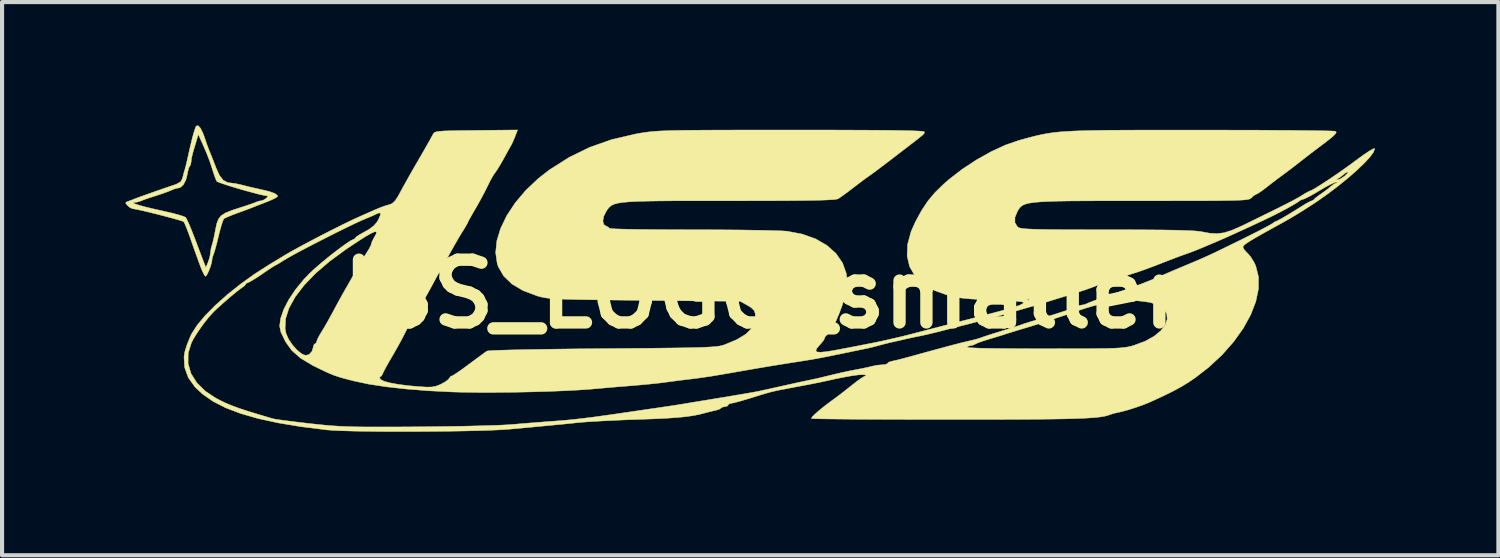
<source format=kicad_pcb>
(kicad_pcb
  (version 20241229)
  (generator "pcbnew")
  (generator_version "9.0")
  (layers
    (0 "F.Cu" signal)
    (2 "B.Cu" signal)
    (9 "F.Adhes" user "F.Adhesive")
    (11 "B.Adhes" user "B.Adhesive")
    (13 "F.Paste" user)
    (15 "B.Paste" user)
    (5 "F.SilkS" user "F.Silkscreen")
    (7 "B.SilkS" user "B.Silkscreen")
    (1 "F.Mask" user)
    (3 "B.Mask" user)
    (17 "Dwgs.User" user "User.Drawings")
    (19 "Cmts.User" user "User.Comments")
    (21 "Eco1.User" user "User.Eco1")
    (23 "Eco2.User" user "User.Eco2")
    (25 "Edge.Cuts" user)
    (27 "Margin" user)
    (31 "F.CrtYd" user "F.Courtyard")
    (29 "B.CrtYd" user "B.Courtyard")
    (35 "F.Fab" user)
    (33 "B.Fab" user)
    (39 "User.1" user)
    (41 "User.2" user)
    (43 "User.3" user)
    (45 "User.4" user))
  (footprint "ISS_LOGO_smaller"
    (layer "F.Cu")
    (at 15.506 4.095)
    (property "Reference" "ISS_LOGO_smaller" (at 0 0 0) (layer "F.SilkS") (effects (font (size 1.524 1.524) (thickness 0.3))))
    (attr through_hole)
    (fp_poly (pts (xy -13.682 -4.026) (xy -13.62 -3.898) (xy -13.576 -3.775) (xy -13.528 -3.635) (xy -13.48 -3.506) (xy -13.461 -3.458) (xy -13.422 -3.363) (xy -13.367 -3.224) (xy -13.308 -3.071) (xy -13.307 -3.067) (xy -13.223 -2.883) (xy -13.132 -2.767) (xy -13.023 -2.708) (xy -12.923 -2.696) (xy -12.844 -2.686) (xy -12.723 -2.661) (xy -12.647 -2.642) (xy -12.489 -2.602) (xy -12.307 -2.561) (xy -12.212 -2.54) (xy -12.012 -2.492) (xy -11.878 -2.444) (xy -11.815 -2.396) (xy -11.812 -2.372) (xy -11.852 -2.34) (xy -11.946 -2.293) (xy -12.073 -2.24) (xy -12.076 -2.239) (xy -12.217 -2.185) (xy -12.337 -2.138) (xy -12.407 -2.11) (xy -12.48 -2.081) (xy -12.603 -2.035) (xy -12.751 -1.981) (xy -12.778 -1.971) (xy -12.922 -1.917) (xy -13.038 -1.869) (xy -13.106 -1.836) (xy -13.113 -1.832) (xy -13.139 -1.782) (xy -13.176 -1.674) (xy -13.217 -1.526) (xy -13.244 -1.418) (xy -13.285 -1.248) (xy -13.324 -1.102) (xy -13.356 -1) (xy -13.368 -0.968) (xy -13.399 -0.874) (xy -13.403 -0.832) (xy -13.417 -0.753) (xy -13.449 -0.647) (xy -13.492 -0.541) (xy -13.533 -0.46) (xy -13.562 -0.43) (xy -13.591 -0.463) (xy -13.636 -0.551) (xy -13.679 -0.655) (xy -13.728 -0.787) (xy -13.793 -0.967) (xy -13.864 -1.167) (xy -13.911 -1.302) (xy -13.972 -1.473) (xy -14.027 -1.617) (xy -14.07 -1.717) (xy -14.092 -1.757) (xy -14.139 -1.776) (xy -14.247 -1.809) (xy -14.398 -1.851) (xy -14.577 -1.899) (xy -14.767 -1.947) (xy -14.953 -1.993) (xy -15.118 -2.032) (xy -15.246 -2.059) (xy -15.32 -2.071) (xy -15.326 -2.071) (xy -15.394 -2.098) (xy -15.454 -2.148) (xy -15.501 -2.206) (xy -15.498 -2.217) (xy -15.322 -2.217) (xy -15.286 -2.195) (xy -15.185 -2.161) (xy -15.025 -2.117) (xy -14.813 -2.066) (xy -14.576 -2.013) (xy -14.387 -1.97) (xy -14.225 -1.927) (xy -14.106 -1.891) (xy -14.046 -1.864) (xy -14.043 -1.862) (xy -14.014 -1.81) (xy -13.964 -1.7) (xy -13.9 -1.547) (xy -13.829 -1.366) (xy -13.815 -1.329) (xy -13.743 -1.138) (xy -13.678 -0.967) (xy -13.626 -0.831) (xy -13.595 -0.749) (xy -13.592 -0.743) (xy -13.553 -0.645) (xy -13.498 -0.777) (xy -13.46 -0.892) (xy -13.443 -0.994) (xy -13.442 -0.999) (xy -13.427 -1.111) (xy -13.407 -1.18) (xy -13.383 -1.263) (xy -13.353 -1.395) (xy -13.323 -1.548) (xy -13.323 -1.552) (xy -13.29 -1.709) (xy -13.247 -1.823) (xy -13.18 -1.906) (xy -13.074 -1.973) (xy -12.916 -2.036) (xy -12.759 -2.087) (xy -12.597 -2.139) (xy -12.458 -2.186) (xy -12.363 -2.221) (xy -12.339 -2.232) (xy -12.249 -2.262) (xy -12.209 -2.266) (xy -12.155 -2.283) (xy -12.096 -2.32) (xy -12.055 -2.359) (xy -12.054 -2.383) (xy -12.062 -2.385) (xy -12.137 -2.396) (xy -12.264 -2.425) (xy -12.428 -2.468) (xy -12.612 -2.518) (xy -12.801 -2.573) (xy -12.979 -2.627) (xy -13.13 -2.676) (xy -13.239 -2.715) (xy -13.289 -2.739) (xy -13.29 -2.741) (xy -13.319 -2.806) (xy -13.359 -2.918) (xy -13.388 -3.009) (xy -13.453 -3.209) (xy -13.53 -3.411) (xy -13.631 -3.645) (xy -13.659 -3.706) (xy -13.738 -3.881) (xy -13.788 -3.709) (xy -13.829 -3.572) (xy -13.867 -3.444) (xy -13.875 -3.416) (xy -13.901 -3.303) (xy -13.911 -3.214) (xy -13.926 -3.138) (xy -13.945 -3.11) (xy -13.971 -3.061) (xy -13.995 -2.965) (xy -14 -2.93) (xy -14.038 -2.776) (xy -14.1 -2.656) (xy -14.176 -2.588) (xy -14.215 -2.579) (xy -14.3 -2.561) (xy -14.38 -2.529) (xy -14.465 -2.493) (xy -14.598 -2.445) (xy -14.752 -2.394) (xy -14.771 -2.388) (xy -14.92 -2.34) (xy -15.046 -2.297) (xy -15.125 -2.266) (xy -15.132 -2.262) (xy -15.228 -2.233) (xy -15.288 -2.226) (xy -15.322 -2.217) (xy -15.498 -2.217) (xy -15.492 -2.233) (xy -15.45 -2.25) (xy -15.35 -2.286) (xy -15.299 -2.307) (xy -15.231 -2.333) (xy -15.107 -2.378) (xy -14.946 -2.435) (xy -14.766 -2.499) (xy -14.585 -2.562) (xy -14.421 -2.618) (xy -14.293 -2.661) (xy -14.272 -2.668) (xy -14.165 -2.728) (xy -14.122 -2.811) (xy -14.092 -2.932) (xy -14.069 -3.009) (xy -14.043 -3.103) (xy -14.011 -3.236) (xy -13.992 -3.322) (xy -13.932 -3.589) (xy -13.879 -3.807) (xy -13.833 -3.968) (xy -13.798 -4.064) (xy -13.785 -4.084) (xy -13.739 -4.09) (xy -13.682 -4.026)) (stroke (width 0.01) (type solid)) (fill yes) (layer "F.SilkS"))
    (fp_poly (pts (xy -6.044 -3.82) (xy -6.089 -3.711) (xy -6.126 -3.632) (xy -6.136 -3.615) (xy -6.166 -3.563) (xy -6.222 -3.463) (xy -6.293 -3.333) (xy -6.31 -3.302) (xy -6.389 -3.161) (xy -6.464 -3.038) (xy -6.519 -2.957) (xy -6.525 -2.95) (xy -6.577 -2.874) (xy -6.644 -2.754) (xy -6.701 -2.638) (xy -6.773 -2.493) (xy -6.868 -2.314) (xy -6.969 -2.132) (xy -7 -2.08) (xy -7.082 -1.939) (xy -7.146 -1.825) (xy -7.184 -1.754) (xy -7.19 -1.738) (xy -7.209 -1.699) (xy -7.259 -1.613) (xy -7.32 -1.515) (xy -7.398 -1.387) (xy -7.496 -1.218) (xy -7.598 -1.037) (xy -7.642 -0.957) (xy -7.728 -0.8) (xy -7.805 -0.662) (xy -7.862 -0.562) (xy -7.882 -0.528) (xy -7.938 -0.43) (xy -7.981 -0.352) (xy -8.07 -0.185) (xy -8.184 0.021) (xy -8.309 0.239) (xy -8.428 0.442) (xy -8.491 0.544) (xy -8.582 0.698) (xy -8.669 0.855) (xy -8.73 0.974) (xy -8.785 1.083) (xy -8.868 1.236) (xy -8.966 1.41) (xy -9.037 1.532) (xy -9.127 1.687) (xy -9.2 1.818) (xy -9.247 1.911) (xy -9.261 1.948) (xy -9.292 1.995) (xy -9.31 2.005) (xy -9.336 2.032) (xy -9.3 2.08) (xy -9.222 2.12) (xy -9.076 2.159) (xy -8.873 2.196) (xy -8.621 2.228) (xy -8.361 2.251) (xy -8.185 2.261) (xy -8.061 2.258) (xy -7.962 2.239) (xy -7.861 2.2) (xy -7.848 2.194) (xy -7.739 2.135) (xy -7.664 2.077) (xy -7.645 2.053) (xy -7.605 2) (xy -7.583 1.993) (xy -7.539 1.971) (xy -7.445 1.91) (xy -7.317 1.821) (xy -7.167 1.711) (xy -7.162 1.707) (xy -7.009 1.593) (xy -6.875 1.495) (xy -6.774 1.421) (xy -6.721 1.385) (xy -6.672 1.378) (xy -6.55 1.371) (xy -6.359 1.364) (xy -6.106 1.357) (xy -5.796 1.35) (xy -5.432 1.344) (xy -5.021 1.338) (xy -4.568 1.332) (xy -4.077 1.328) (xy -3.908 1.326) (xy -3.375 1.322) (xy -2.915 1.318) (xy -2.522 1.314) (xy -2.189 1.31) (xy -1.912 1.306) (xy -1.683 1.301) (xy -1.498 1.296) (xy -1.35 1.289) (xy -1.234 1.282) (xy -1.144 1.274) (xy -1.074 1.264) (xy -1.018 1.252) (xy -0.971 1.239) (xy -0.938 1.227) (xy -0.648 1.105) (xy -0.432 0.974) (xy -0.288 0.829) (xy -0.212 0.668) (xy -0.202 0.488) (xy -0.202 0.484) (xy -0.23 0.401) (xy -0.302 0.33) (xy -0.391 0.275) (xy -0.567 0.177) (xy -2.892 0.154) (xy -3.377 0.149) (xy -3.791 0.144) (xy -4.14 0.14) (xy -4.431 0.135) (xy -4.67 0.13) (xy -4.864 0.124) (xy -5.019 0.117) (xy -5.143 0.11) (xy -5.241 0.1) (xy -5.321 0.089) (xy -5.388 0.075) (xy -5.45 0.06) (xy -5.506 0.044) (xy -5.848 -0.085) (xy -6.118 -0.245) (xy -6.318 -0.439) (xy -6.448 -0.664) (xy -6.474 -0.74) (xy -6.512 -1.006) (xy -6.483 -1.294) (xy -6.391 -1.597) (xy -6.24 -1.908) (xy -6.035 -2.218) (xy -5.781 -2.519) (xy -5.481 -2.803) (xy -5.209 -3.015) (xy -4.726 -3.322) (xy -4.226 -3.566) (xy -3.694 -3.753) (xy -3.113 -3.889) (xy -3.016 -3.907) (xy -2.929 -3.921) (xy -2.844 -3.933) (xy -2.754 -3.944) (xy -2.654 -3.953) (xy -2.538 -3.961) (xy -2.4 -3.967) (xy -2.234 -3.973) (xy -2.036 -3.977) (xy -1.799 -3.98) (xy -1.517 -3.982) (xy -1.185 -3.984) (xy -0.797 -3.985) (xy -0.347 -3.986) (xy 0.171 -3.986) (xy 0.678 -3.986) (xy 1.297 -3.986) (xy 1.841 -3.985) (xy 2.313 -3.983) (xy 2.716 -3.981) (xy 3.055 -3.978) (xy 3.332 -3.974) (xy 3.551 -3.969) (xy 3.715 -3.963) (xy 3.826 -3.957) (xy 3.89 -3.949) (xy 3.908 -3.941) (xy 3.907 -3.922) (xy 3.899 -3.903) (xy 3.875 -3.875) (xy 3.825 -3.832) (xy 3.74 -3.764) (xy 3.612 -3.665) (xy 3.434 -3.528) (xy 3.169 -3.325) (xy 2.959 -3.164) (xy 2.796 -3.041) (xy 2.676 -2.951) (xy 2.59 -2.889) (xy 2.538 -2.853) (xy 2.467 -2.802) (xy 2.355 -2.719) (xy 2.222 -2.617) (xy 2.172 -2.579) (xy 2.037 -2.476) (xy 1.915 -2.387) (xy 1.828 -2.327) (xy 1.808 -2.315) (xy 1.772 -2.305) (xy 1.701 -2.296) (xy 1.59 -2.289) (xy 1.434 -2.282) (xy 1.23 -2.277) (xy 0.971 -2.273) (xy 0.654 -2.27) (xy 0.274 -2.268) (xy -0.174 -2.267) (xy -0.694 -2.266) (xy -0.833 -2.266) (xy -1.369 -2.266) (xy -1.833 -2.266) (xy -2.23 -2.265) (xy -2.566 -2.262) (xy -2.847 -2.257) (xy -3.077 -2.251) (xy -3.263 -2.241) (xy -3.41 -2.228) (xy -3.523 -2.212) (xy -3.61 -2.191) (xy -3.674 -2.166) (xy -3.723 -2.136) (xy -3.76 -2.1) (xy -3.793 -2.058) (xy -3.82 -2.019) (xy -3.886 -1.889) (xy -3.907 -1.772) (xy -3.881 -1.686) (xy -3.83 -1.653) (xy -3.766 -1.622) (xy -3.751 -1.598) (xy -3.713 -1.591) (xy -3.604 -1.584) (xy -3.43 -1.578) (xy -3.197 -1.573) (xy -2.914 -1.569) (xy -2.585 -1.566) (xy -2.218 -1.564) (xy -1.82 -1.563) (xy -1.749 -1.563) (xy -1.349 -1.562) (xy -0.963 -1.56) (xy -0.6 -1.557) (xy -0.269 -1.552) (xy 0.021 -1.547) (xy 0.26 -1.541) (xy 0.441 -1.535) (xy 0.555 -1.528) (xy 0.567 -1.527) (xy 0.937 -1.457) (xy 1.263 -1.341) (xy 1.538 -1.182) (xy 1.757 -0.987) (xy 1.916 -0.758) (xy 2.009 -0.5) (xy 2.032 -0.279) (xy 2.016 -0.127) (xy 1.974 0.06) (xy 1.912 0.266) (xy 1.835 0.475) (xy 1.752 0.669) (xy 1.667 0.831) (xy 1.589 0.946) (xy 1.54 0.989) (xy 1.491 1.041) (xy 1.485 1.065) (xy 1.46 1.119) (xy 1.396 1.2) (xy 1.369 1.229) (xy 1.295 1.314) (xy 1.269 1.373) (xy 1.294 1.406) (xy 1.378 1.414) (xy 1.525 1.4) (xy 1.74 1.365) (xy 1.839 1.346) (xy 2.133 1.29) (xy 2.361 1.246) (xy 2.537 1.211) (xy 2.672 1.185) (xy 2.778 1.163) (xy 2.867 1.144) (xy 2.911 1.134) (xy 3.054 1.102) (xy 3.211 1.066) (xy 3.243 1.059) (xy 3.383 1.026) (xy 3.551 0.983) (xy 3.654 0.957) (xy 3.754 0.93) (xy 3.918 0.888) (xy 4.132 0.832) (xy 4.383 0.767) (xy 4.66 0.696) (xy 4.943 0.624) (xy 5.309 0.53) (xy 5.606 0.452) (xy 5.841 0.389) (xy 6.02 0.337) (xy 6.15 0.296) (xy 6.239 0.263) (xy 6.292 0.236) (xy 6.317 0.212) (xy 6.321 0.206) (xy 6.287 0.192) (xy 6.184 0.178) (xy 6.021 0.165) (xy 5.805 0.153) (xy 5.56 0.144) (xy 5.384 0.137) (xy 6.409 0.137) (xy 6.428 0.156) (xy 6.448 0.137) (xy 6.428 0.117) (xy 6.409 0.137) (xy 5.384 0.137) (xy 5.257 0.132) (xy 5.018 0.118) (xy 4.828 0.1) (xy 4.672 0.078) (xy 4.537 0.049) (xy 4.494 0.037) (xy 4.153 -0.086) (xy 3.882 -0.245) (xy 3.679 -0.439) (xy 3.547 -0.665) (xy 3.487 -0.923) (xy 3.498 -1.208) (xy 3.583 -1.52) (xy 3.689 -1.758) (xy 3.84 -2.034) (xy 3.991 -2.261) (xy 4.161 -2.464) (xy 4.369 -2.667) (xy 4.505 -2.786) (xy 4.822 -3.031) (xy 5.17 -3.26) (xy 5.528 -3.46) (xy 5.876 -3.621) (xy 6.194 -3.731) (xy 6.352 -3.775) (xy 6.493 -3.813) (xy 6.625 -3.846) (xy 6.752 -3.875) (xy 6.88 -3.899) (xy 7.017 -3.92) (xy 7.167 -3.937) (xy 7.336 -3.95) (xy 7.531 -3.961) (xy 7.757 -3.969) (xy 8.021 -3.975) (xy 8.328 -3.98) (xy 8.685 -3.982) (xy 9.097 -3.984) (xy 9.57 -3.984) (xy 10.111 -3.985) (xy 10.609 -3.985) (xy 11.107 -3.984) (xy 11.582 -3.983) (xy 12.029 -3.982) (xy 12.442 -3.979) (xy 12.816 -3.977) (xy 13.144 -3.973) (xy 13.421 -3.97) (xy 13.64 -3.966) (xy 13.796 -3.962) (xy 13.884 -3.957) (xy 13.9 -3.954) (xy 13.914 -3.933) (xy 13.899 -3.899) (xy 13.848 -3.846) (xy 13.754 -3.766) (xy 13.611 -3.655) (xy 13.411 -3.505) (xy 13.401 -3.497) (xy 13.286 -3.41) (xy 13.143 -3.3) (xy 13.021 -3.204) (xy 12.874 -3.09) (xy 12.719 -2.972) (xy 12.61 -2.891) (xy 12.473 -2.79) (xy 12.316 -2.67) (xy 12.212 -2.589) (xy 12.101 -2.505) (xy 12.013 -2.446) (xy 11.966 -2.423) (xy 11.966 -2.423) (xy 11.916 -2.397) (xy 11.86 -2.345) (xy 11.844 -2.329) (xy 11.823 -2.316) (xy 11.792 -2.305) (xy 11.743 -2.295) (xy 11.673 -2.287) (xy 11.575 -2.281) (xy 11.443 -2.276) (xy 11.271 -2.273) (xy 11.055 -2.27) (xy 10.788 -2.268) (xy 10.465 -2.267) (xy 10.079 -2.267) (xy 9.626 -2.266) (xy 9.204 -2.266) (xy 8.661 -2.266) (xy 8.19 -2.266) (xy 7.787 -2.264) (xy 7.445 -2.262) (xy 7.159 -2.257) (xy 6.924 -2.25) (xy 6.734 -2.24) (xy 6.583 -2.228) (xy 6.466 -2.211) (xy 6.378 -2.191) (xy 6.312 -2.166) (xy 6.264 -2.136) (xy 6.227 -2.1) (xy 6.197 -2.059) (xy 6.171 -2.017) (xy 6.107 -1.866) (xy 6.106 -1.734) (xy 6.168 -1.635) (xy 6.183 -1.624) (xy 6.21 -1.61) (xy 6.253 -1.599) (xy 6.318 -1.59) (xy 6.412 -1.582) (xy 6.542 -1.576) (xy 6.712 -1.571) (xy 6.93 -1.568) (xy 7.201 -1.565) (xy 7.533 -1.564) (xy 7.931 -1.563) (xy 8.346 -1.563) (xy 8.867 -1.562) (xy 9.313 -1.56) (xy 9.688 -1.557) (xy 9.996 -1.552) (xy 10.242 -1.545) (xy 10.428 -1.537) (xy 10.558 -1.527) (xy 10.633 -1.516) (xy 10.84 -1.478) (xy 11.016 -1.468) (xy 11.186 -1.489) (xy 11.369 -1.546) (xy 11.589 -1.642) (xy 11.668 -1.679) (xy 12.014 -1.849) (xy 12.297 -1.988) (xy 12.526 -2.101) (xy 12.706 -2.192) (xy 12.846 -2.264) (xy 12.953 -2.322) (xy 13.034 -2.368) (xy 13.08 -2.397) (xy 13.179 -2.457) (xy 13.248 -2.494) (xy 13.265 -2.501) (xy 13.318 -2.523) (xy 13.422 -2.582) (xy 13.566 -2.673) (xy 13.736 -2.784) (xy 13.913 -2.784) (xy 13.95 -2.778) (xy 14.017 -2.8) (xy 14.105 -2.858) (xy 14.123 -2.872) (xy 14.185 -2.933) (xy 14.204 -2.967) (xy 14.198 -2.97) (xy 14.144 -2.946) (xy 14.083 -2.898) (xy 14.003 -2.834) (xy 13.949 -2.803) (xy 13.913 -2.784) (xy 13.736 -2.784) (xy 13.738 -2.785) (xy 13.926 -2.913) (xy 14.118 -3.047) (xy 14.304 -3.181) (xy 14.371 -3.231) (xy 14.566 -3.374) (xy 14.713 -3.473) (xy 14.808 -3.527) (xy 14.848 -3.534) (xy 14.849 -3.53) (xy 14.818 -3.446) (xy 14.73 -3.326) (xy 14.593 -3.178) (xy 14.415 -3.008) (xy 14.205 -2.824) (xy 13.971 -2.634) (xy 13.72 -2.443) (xy 13.461 -2.26) (xy 13.339 -2.179) (xy 13.129 -2.044) (xy 12.952 -1.934) (xy 12.781 -1.832) (xy 12.59 -1.724) (xy 12.397 -1.618) (xy 12.139 -1.475) (xy 11.943 -1.363) (xy 11.802 -1.279) (xy 11.71 -1.217) (xy 11.66 -1.173) (xy 11.645 -1.143) (xy 11.645 -1.143) (xy 11.673 -1.084) (xy 11.741 -1.009) (xy 11.757 -0.994) (xy 11.835 -0.905) (xy 11.915 -0.775) (xy 11.958 -0.682) (xy 12.025 -0.418) (xy 12.024 -0.127) (xy 11.959 0.183) (xy 11.835 0.505) (xy 11.654 0.833) (xy 11.421 1.159) (xy 11.14 1.478) (xy 10.813 1.781) (xy 10.492 2.03) (xy 10.32 2.147) (xy 10.143 2.255) (xy 9.945 2.362) (xy 9.709 2.478) (xy 9.419 2.611) (xy 9.359 2.638) (xy 9.211 2.697) (xy 9.03 2.76) (xy 8.846 2.818) (xy 8.689 2.86) (xy 8.636 2.872) (xy 8.519 2.898) (xy 8.424 2.927) (xy 8.421 2.928) (xy 8.363 2.949) (xy 8.293 2.967) (xy 8.205 2.983) (xy 8.094 2.997) (xy 7.956 3.008) (xy 7.786 3.018) (xy 7.578 3.026) (xy 7.328 3.033) (xy 7.031 3.038) (xy 6.682 3.042) (xy 6.276 3.045) (xy 5.808 3.047) (xy 5.273 3.048) (xy 4.667 3.048) (xy 4.48 3.048) (xy 3.979 3.048) (xy 3.501 3.047) (xy 3.052 3.046) (xy 2.636 3.044) (xy 2.26 3.042) (xy 1.93 3.039) (xy 1.651 3.036) (xy 1.43 3.033) (xy 1.271 3.03) (xy 1.18 3.026) (xy 1.161 3.024) (xy 1.177 2.989) (xy 1.246 2.919) (xy 1.355 2.823) (xy 1.493 2.712) (xy 1.649 2.595) (xy 1.705 2.555) (xy 1.811 2.476) (xy 1.952 2.368) (xy 2.1 2.251) (xy 2.136 2.222) (xy 2.267 2.12) (xy 2.382 2.039) (xy 2.465 1.99) (xy 2.484 1.982) (xy 2.497 1.97) (xy 2.444 1.961) (xy 2.397 1.958) (xy 2.293 1.965) (xy 2.136 1.987) (xy 1.948 2.02) (xy 1.771 2.056) (xy 1.572 2.1) (xy 1.382 2.141) (xy 1.225 2.173) (xy 1.133 2.191) (xy 0.942 2.227) (xy 0.709 2.271) (xy 0.473 2.316) (xy 0.332 2.343) (xy 0.21 2.371) (xy 0.052 2.414) (xy -0.078 2.453) (xy -0.357 2.54) (xy -0.566 2.602) (xy -0.711 2.64) (xy -0.793 2.657) (xy -0.806 2.657) (xy -0.855 2.68) (xy -0.86 2.696) (xy -0.892 2.728) (xy -0.936 2.735) (xy -1.009 2.751) (xy -1.033 2.77) (xy -1.083 2.802) (xy -1.162 2.825) (xy -1.272 2.85) (xy -1.404 2.884) (xy -1.426 2.89) (xy -1.569 2.927) (xy -1.722 2.956) (xy -1.897 2.981) (xy -2.105 3.001) (xy -2.357 3.018) (xy -2.663 3.033) (xy -3.036 3.046) (xy -3.068 3.047) (xy -3.368 3.058) (xy -3.665 3.071) (xy -3.944 3.085) (xy -4.189 3.099) (xy -4.382 3.113) (xy -4.474 3.121) (xy -4.897 3.164) (xy -5.368 3.209) (xy -5.858 3.255) (xy -6.213 3.287) (xy -6.404 3.299) (xy -6.657 3.311) (xy -6.961 3.32) (xy -7.305 3.328) (xy -7.679 3.334) (xy -8.072 3.338) (xy -8.473 3.341) (xy -8.871 3.341) (xy -9.256 3.34) (xy -9.617 3.336) (xy -9.943 3.331) (xy -10.224 3.323) (xy -10.448 3.314) (xy -10.605 3.302) (xy -10.609 3.302) (xy -11.24 3.223) (xy -11.797 3.131) (xy -12.285 3.025) (xy -12.709 2.903) (xy -13.072 2.765) (xy -13.379 2.608) (xy -13.634 2.431) (xy -13.819 2.258) (xy -13.979 2.033) (xy -14.069 1.787) (xy -14.075 1.687) (xy -13.986 1.687) (xy -13.916 1.929) (xy -13.775 2.155) (xy -13.566 2.36) (xy -13.333 2.516) (xy -13.201 2.587) (xy -13.065 2.652) (xy -12.915 2.714) (xy -12.738 2.779) (xy -12.522 2.85) (xy -12.254 2.932) (xy -11.923 3.029) (xy -11.921 3.03) (xy -11.854 3.043) (xy -11.722 3.062) (xy -11.54 3.086) (xy -11.32 3.113) (xy -11.076 3.142) (xy -11.022 3.148) (xy -10.825 3.169) (xy -10.647 3.187) (xy -10.478 3.201) (xy -10.308 3.212) (xy -10.127 3.22) (xy -9.925 3.226) (xy -9.691 3.229) (xy -9.416 3.23) (xy -9.089 3.23) (xy -8.701 3.228) (xy -8.421 3.226) (xy -8.033 3.222) (xy -7.651 3.217) (xy -7.286 3.211) (xy -6.95 3.203) (xy -6.653 3.195) (xy -6.405 3.186) (xy -6.218 3.177) (xy -6.135 3.171) (xy -5.895 3.151) (xy -5.614 3.128) (xy -5.329 3.106) (xy -5.1 3.089) (xy -4.921 3.075) (xy -4.748 3.06) (xy -4.571 3.042) (xy -4.379 3.02) (xy -4.161 2.993) (xy -3.906 2.958) (xy -3.604 2.916) (xy -3.244 2.863) (xy -2.911 2.814) (xy -2.742 2.789) (xy -2.544 2.761) (xy -2.403 2.74) (xy -2.216 2.712) (xy -2.016 2.681) (xy -1.885 2.659) (xy -1.706 2.629) (xy -1.515 2.598) (xy -1.417 2.582) (xy -1.158 2.539) (xy -0.9 2.497) (xy -0.658 2.456) (xy -0.444 2.42) (xy -0.271 2.39) (xy -0.155 2.369) (xy -0.117 2.361) (xy -0.016 2.339) (xy 0.114 2.311) (xy 0.147 2.303) (xy 0.297 2.27) (xy 0.458 2.234) (xy 0.488 2.227) (xy 0.647 2.192) (xy 0.812 2.155) (xy 0.84 2.149) (xy 0.995 2.116) (xy 1.153 2.083) (xy 1.182 2.077) (xy 1.302 2.051) (xy 1.465 2.012) (xy 1.638 1.97) (xy 1.661 1.964) (xy 1.856 1.918) (xy 2.066 1.872) (xy 2.247 1.837) (xy 2.247 1.837) (xy 2.403 1.807) (xy 2.543 1.777) (xy 2.634 1.754) (xy 2.758 1.729) (xy 2.878 1.719) (xy 2.966 1.71) (xy 3.008 1.688) (xy 3.009 1.685) (xy 3.043 1.654) (xy 3.116 1.632) (xy 3.205 1.613) (xy 3.342 1.579) (xy 3.501 1.536) (xy 3.536 1.527) (xy 3.945 1.414) (xy 4.284 1.322) (xy 4.404 1.29) (xy 4.943 1.29) (xy 4.975 1.3) (xy 5.085 1.308) (xy 5.272 1.316) (xy 5.536 1.321) (xy 5.876 1.325) (xy 6.291 1.328) (xy 6.782 1.329) (xy 6.822 1.329) (xy 7.259 1.328) (xy 7.625 1.328) (xy 7.927 1.327) (xy 8.174 1.324) (xy 8.373 1.321) (xy 8.53 1.316) (xy 8.655 1.309) (xy 8.753 1.299) (xy 8.833 1.288) (xy 8.902 1.274) (xy 8.967 1.256) (xy 9.002 1.246) (xy 9.273 1.145) (xy 9.49 1.024) (xy 9.653 0.889) (xy 9.759 0.748) (xy 9.806 0.609) (xy 9.795 0.477) (xy 9.722 0.361) (xy 9.587 0.267) (xy 9.387 0.202) (xy 9.222 0.179) (xy 9.068 0.162) (xy 8.919 0.137) (xy 8.861 0.124) (xy 8.768 0.107) (xy 8.717 0.109) (xy 8.714 0.114) (xy 8.679 0.133) (xy 8.584 0.158) (xy 8.449 0.185) (xy 8.412 0.192) (xy 8.237 0.229) (xy 8.024 0.284) (xy 7.809 0.348) (xy 7.718 0.378) (xy 7.33 0.511) (xy 7.001 0.621) (xy 6.715 0.715) (xy 6.458 0.795) (xy 6.311 0.839) (xy 6.144 0.889) (xy 5.996 0.935) (xy 5.89 0.968) (xy 5.862 0.977) (xy 5.777 1.005) (xy 5.644 1.045) (xy 5.49 1.092) (xy 5.471 1.098) (xy 5.327 1.143) (xy 5.211 1.184) (xy 5.146 1.214) (xy 5.141 1.218) (xy 5.072 1.247) (xy 5.035 1.25) (xy 4.964 1.27) (xy 4.943 1.29) (xy 4.404 1.29) (xy 4.558 1.248) (xy 4.774 1.192) (xy 4.936 1.153) (xy 5.024 1.133) (xy 5.151 1.102) (xy 5.262 1.068) (xy 5.278 1.062) (xy 5.354 1.035) (xy 5.484 0.992) (xy 5.649 0.94) (xy 5.783 0.898) (xy 5.959 0.844) (xy 6.112 0.795) (xy 6.225 0.758) (xy 6.272 0.742) (xy 6.346 0.716) (xy 6.471 0.677) (xy 6.62 0.631) (xy 6.643 0.624) (xy 6.838 0.565) (xy 7.052 0.498) (xy 7.217 0.445) (xy 7.361 0.399) (xy 7.481 0.366) (xy 7.554 0.352) (xy 7.559 0.352) (xy 7.612 0.331) (xy 7.62 0.313) (xy 7.653 0.281) (xy 7.699 0.274) (xy 7.801 0.255) (xy 7.845 0.236) (xy 7.909 0.208) (xy 8.028 0.162) (xy 8.184 0.105) (xy 8.304 0.063) (xy 8.483 0.001) (xy 8.649 -0.057) (xy 8.779 -0.102) (xy 8.831 -0.12) (xy 9.194 -0.252) (xy 9.498 -0.373) (xy 9.632 -0.431) (xy 9.779 -0.495) (xy 9.964 -0.575) (xy 10.157 -0.656) (xy 10.219 -0.682) (xy 10.403 -0.759) (xy 10.554 -0.823) (xy 10.685 -0.88) (xy 10.812 -0.937) (xy 10.949 -1.001) (xy 11.111 -1.079) (xy 11.311 -1.177) (xy 11.565 -1.301) (xy 11.606 -1.321) (xy 11.83 -1.433) (xy 12.029 -1.533) (xy 12.193 -1.619) (xy 12.311 -1.683) (xy 12.374 -1.721) (xy 12.381 -1.727) (xy 12.425 -1.758) (xy 12.427 -1.758) (xy 12.48 -1.779) (xy 12.589 -1.837) (xy 12.744 -1.928) (xy 12.934 -2.044) (xy 13.08 -2.136) (xy 13.194 -2.205) (xy 13.282 -2.252) (xy 13.321 -2.266) (xy 13.369 -2.292) (xy 13.371 -2.296) (xy 13.408 -2.333) (xy 13.489 -2.395) (xy 13.543 -2.433) (xy 13.658 -2.515) (xy 13.758 -2.594) (xy 13.786 -2.619) (xy 13.863 -2.677) (xy 13.92 -2.699) (xy 13.947 -2.709) (xy 13.924 -2.721) (xy 13.873 -2.71) (xy 13.773 -2.664) (xy 13.638 -2.592) (xy 13.521 -2.523) (xy 13.37 -2.433) (xy 13.241 -2.362) (xy 13.15 -2.317) (xy 13.116 -2.306) (xy 13.044 -2.281) (xy 13.03 -2.27) (xy 12.971 -2.228) (xy 12.86 -2.161) (xy 12.715 -2.079) (xy 12.554 -1.993) (xy 12.396 -1.913) (xy 12.368 -1.899) (xy 12.174 -1.806) (xy 11.946 -1.699) (xy 11.702 -1.586) (xy 11.461 -1.476) (xy 11.243 -1.377) (xy 11.067 -1.3) (xy 11 -1.271) (xy 10.901 -1.229) (xy 10.763 -1.171) (xy 10.648 -1.122) (xy 10.491 -1.058) (xy 10.33 -0.997) (xy 10.238 -0.965) (xy 10.127 -0.925) (xy 9.967 -0.865) (xy 9.785 -0.795) (xy 9.664 -0.748) (xy 9.466 -0.671) (xy 9.261 -0.595) (xy 9.08 -0.532) (xy 9 -0.507) (xy 8.855 -0.461) (xy 8.731 -0.42) (xy 8.656 -0.392) (xy 8.57 -0.362) (xy 8.449 -0.325) (xy 8.402 -0.312) (xy 8.251 -0.264) (xy 8.099 -0.207) (xy 8.069 -0.195) (xy 7.97 -0.157) (xy 7.817 -0.103) (xy 7.632 -0.042) (xy 7.444 0.017) (xy 7.255 0.076) (xy 7.086 0.128) (xy 6.954 0.169) (xy 6.878 0.193) (xy 6.878 0.194) (xy 6.775 0.225) (xy 6.647 0.263) (xy 6.624 0.27) (xy 6.52 0.3) (xy 6.365 0.344) (xy 6.183 0.397) (xy 6.057 0.434) (xy 5.873 0.487) (xy 5.703 0.535) (xy 5.57 0.572) (xy 5.51 0.587) (xy 5.377 0.621) (xy 5.233 0.66) (xy 5.217 0.664) (xy 5.076 0.703) (xy 4.938 0.739) (xy 4.924 0.742) (xy 4.827 0.766) (xy 4.679 0.804) (xy 4.503 0.849) (xy 4.396 0.877) (xy 4.206 0.925) (xy 4.021 0.97) (xy 3.868 1.005) (xy 3.81 1.017) (xy 3.65 1.049) (xy 3.485 1.085) (xy 3.439 1.096) (xy 3.288 1.131) (xy 3.136 1.165) (xy 3.107 1.171) (xy 2.958 1.207) (xy 2.806 1.247) (xy 2.794 1.25) (xy 2.646 1.29) (xy 2.494 1.325) (xy 2.481 1.327) (xy 2.383 1.347) (xy 2.229 1.379) (xy 2.04 1.418) (xy 1.835 1.461) (xy 1.817 1.464) (xy 1.599 1.509) (xy 1.383 1.551) (xy 1.193 1.586) (xy 1.055 1.609) (xy 0.6 1.68) (xy 0.191 1.746) (xy -0.202 1.812) (xy -0.547 1.872) (xy -0.845 1.924) (xy -1.082 1.965) (xy -1.276 1.997) (xy -1.444 2.022) (xy -1.6 2.044) (xy -1.763 2.065) (xy -1.817 2.071) (xy -2.015 2.095) (xy -2.22 2.122) (xy -2.394 2.145) (xy -2.423 2.149) (xy -2.561 2.166) (xy -2.753 2.186) (xy -2.973 2.207) (xy -3.196 2.226) (xy -3.204 2.227) (xy -3.455 2.247) (xy -3.73 2.27) (xy -3.993 2.293) (xy -4.181 2.31) (xy -4.474 2.331) (xy -4.829 2.35) (xy -5.229 2.366) (xy -5.658 2.378) (xy -6.098 2.387) (xy -6.534 2.391) (xy -6.949 2.391) (xy -7.327 2.386) (xy -7.574 2.379) (xy -8.149 2.35) (xy -8.683 2.308) (xy -9.167 2.254) (xy -9.591 2.19) (xy -9.945 2.115) (xy -10.146 2.064) (xy -10.303 2.02) (xy -10.438 1.975) (xy -10.572 1.92) (xy -10.727 1.848) (xy -10.926 1.75) (xy -10.973 1.726) (xy -11.249 1.56) (xy -11.465 1.372) (xy -11.612 1.168) (xy -11.627 1.14) (xy -11.68 1.03) (xy -11.723 0.941) (xy -11.729 0.929) (xy -11.748 0.84) (xy -11.628 0.84) (xy -11.607 0.954) (xy -11.547 1.092) (xy -11.451 1.235) (xy -11.337 1.362) (xy -11.221 1.455) (xy -11.132 1.491) (xy -11.045 1.469) (xy -10.975 1.391) (xy -10.942 1.282) (xy -10.942 1.266) (xy -10.919 1.216) (xy -10.902 1.211) (xy -10.867 1.18) (xy -10.863 1.16) (xy -10.844 1.101) (xy -10.793 1.002) (xy -10.745 0.923) (xy -10.672 0.803) (xy -10.58 0.641) (xy -10.483 0.465) (xy -10.447 0.398) (xy -10.349 0.216) (xy -10.246 0.029) (xy -10.155 -0.132) (xy -10.129 -0.176) (xy -10.036 -0.339) (xy -9.936 -0.514) (xy -9.875 -0.625) (xy -9.789 -0.775) (xy -9.696 -0.926) (xy -9.646 -1.004) (xy -9.582 -1.107) (xy -9.541 -1.188) (xy -9.535 -1.214) (xy -9.516 -1.275) (xy -9.468 -1.368) (xy -9.453 -1.392) (xy -9.413 -1.469) (xy -9.411 -1.51) (xy -9.452 -1.513) (xy -9.539 -1.475) (xy -9.676 -1.397) (xy -9.867 -1.275) (xy -10.117 -1.108) (xy -10.157 -1.081) (xy -10.552 -0.791) (xy -10.89 -0.501) (xy -11.168 -0.212) (xy -11.383 0.07) (xy -11.534 0.342) (xy -11.616 0.6) (xy -11.628 0.84) (xy -11.748 0.84) (xy -11.761 0.779) (xy -11.737 0.591) (xy -11.661 0.373) (xy -11.539 0.136) (xy -11.374 -0.111) (xy -11.171 -0.358) (xy -11.044 -0.491) (xy -10.925 -0.603) (xy -10.777 -0.732) (xy -10.612 -0.869) (xy -10.443 -1.003) (xy -10.281 -1.126) (xy -10.141 -1.227) (xy -10.033 -1.298) (xy -9.969 -1.328) (xy -9.965 -1.329) (xy -9.927 -1.352) (xy -9.926 -1.359) (xy -9.894 -1.394) (xy -9.815 -1.445) (xy -9.779 -1.465) (xy -9.597 -1.567) (xy -9.473 -1.659) (xy -9.391 -1.756) (xy -9.355 -1.821) (xy -9.312 -1.926) (xy -9.315 -1.972) (xy -9.368 -1.965) (xy -9.419 -1.941) (xy -9.524 -1.892) (xy -9.645 -1.842) (xy -9.652 -1.839) (xy -9.773 -1.788) (xy -9.948 -1.707) (xy -10.163 -1.603) (xy -10.406 -1.483) (xy -10.661 -1.354) (xy -10.917 -1.223) (xy -11.159 -1.097) (xy -11.375 -0.982) (xy -11.549 -0.886) (xy -11.67 -0.814) (xy -11.689 -0.802) (xy -11.782 -0.743) (xy -11.844 -0.708) (xy -11.856 -0.703) (xy -11.893 -0.683) (xy -11.98 -0.627) (xy -12.102 -0.546) (xy -12.185 -0.488) (xy -12.323 -0.396) (xy -12.44 -0.324) (xy -12.518 -0.281) (xy -12.54 -0.274) (xy -12.581 -0.252) (xy -12.583 -0.244) (xy -12.612 -0.203) (xy -12.676 -0.156) (xy -12.752 -0.1) (xy -12.868 -0.007) (xy -13.007 0.109) (xy -13.15 0.234) (xy -13.281 0.352) (xy -13.363 0.43) (xy -13.487 0.567) (xy -13.624 0.741) (xy -13.754 0.926) (xy -13.86 1.097) (xy -13.904 1.182) (xy -13.983 1.436) (xy -13.986 1.687) (xy -14.075 1.687) (xy -14.085 1.53) (xy -14.066 1.407) (xy -14.019 1.25) (xy -13.949 1.073) (xy -13.898 0.963) (xy -13.764 0.755) (xy -13.569 0.522) (xy -13.322 0.273) (xy -13.034 0.016) (xy -12.713 -0.24) (xy -12.369 -0.487) (xy -12.023 -0.709) (xy -11.877 -0.797) (xy -11.753 -0.872) (xy -11.668 -0.924) (xy -11.645 -0.938) (xy -11.491 -1.028) (xy -11.282 -1.143) (xy -11.037 -1.274) (xy -10.772 -1.413) (xy -10.502 -1.551) (xy -10.247 -1.679) (xy -10.021 -1.789) (xy -9.847 -1.869) (xy -9.711 -1.929) (xy -9.547 -2.002) (xy -9.442 -2.048) (xy -9.305 -2.105) (xy -9.185 -2.148) (xy -9.119 -2.166) (xy -9.031 -2.197) (xy -8.957 -2.264) (xy -8.879 -2.384) (xy -8.857 -2.425) (xy -8.771 -2.583) (xy -8.672 -2.761) (xy -8.575 -2.934) (xy -8.495 -3.073) (xy -8.476 -3.107) (xy -8.413 -3.214) (xy -8.331 -3.356) (xy -8.24 -3.514) (xy -8.153 -3.667) (xy -8.081 -3.796) (xy -8.035 -3.88) (xy -8.03 -3.888) (xy -8.014 -3.912) (xy -7.988 -3.931) (xy -7.943 -3.945) (xy -7.87 -3.955) (xy -7.758 -3.963) (xy -7.6 -3.968) (xy -7.386 -3.972) (xy -7.106 -3.975) (xy -6.984 -3.977) (xy -5.979 -3.987) (xy -6.044 -3.82)) (stroke (width 0.01) (type solid)) (fill yes) (layer "F.SilkS")))
  (gr_rect
    (start -3 -3)
    (end 33.36 10.442)
    (stroke (width 0.1) (type default))
    (fill no)
    (layer "Edge.Cuts")))
</source>
